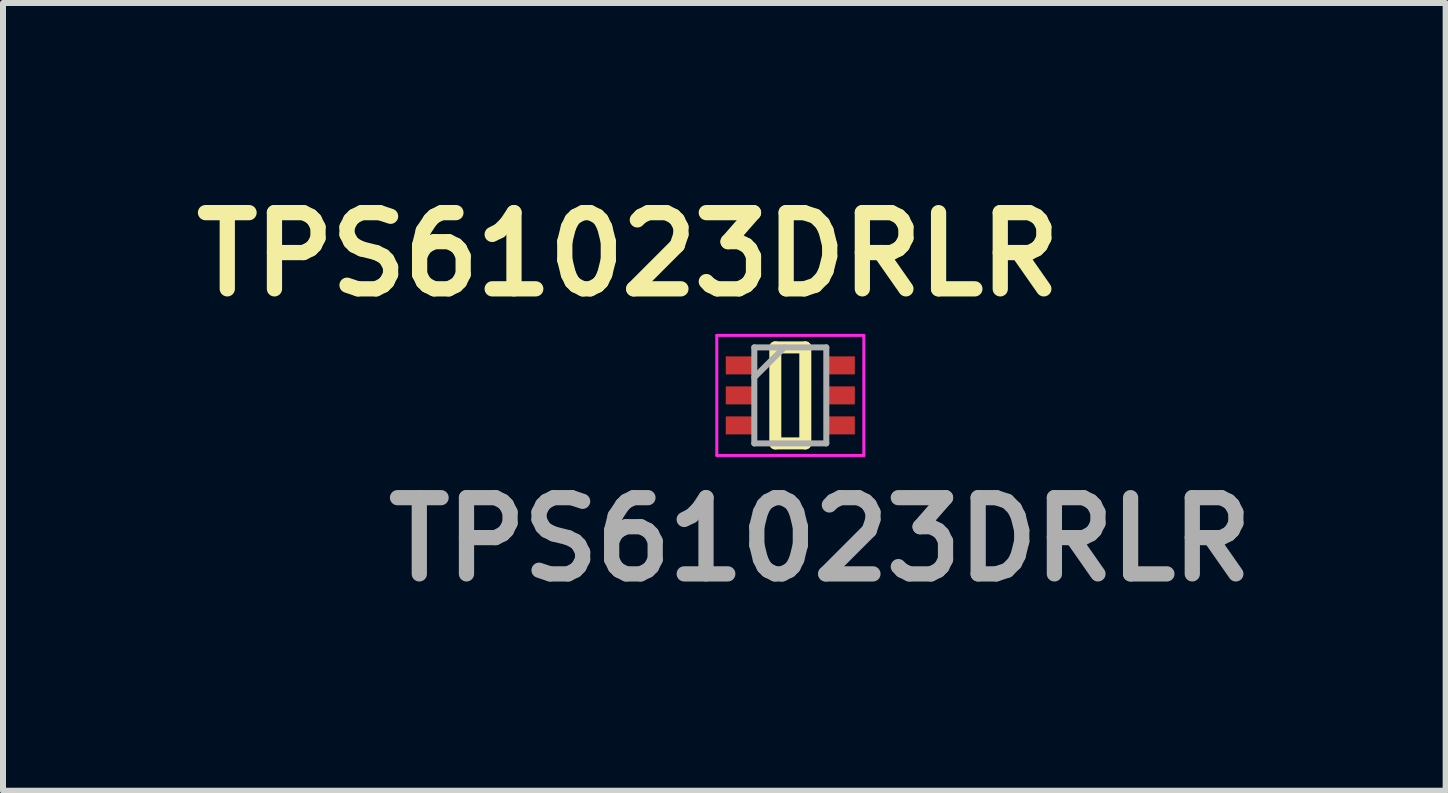
<source format=kicad_pcb>
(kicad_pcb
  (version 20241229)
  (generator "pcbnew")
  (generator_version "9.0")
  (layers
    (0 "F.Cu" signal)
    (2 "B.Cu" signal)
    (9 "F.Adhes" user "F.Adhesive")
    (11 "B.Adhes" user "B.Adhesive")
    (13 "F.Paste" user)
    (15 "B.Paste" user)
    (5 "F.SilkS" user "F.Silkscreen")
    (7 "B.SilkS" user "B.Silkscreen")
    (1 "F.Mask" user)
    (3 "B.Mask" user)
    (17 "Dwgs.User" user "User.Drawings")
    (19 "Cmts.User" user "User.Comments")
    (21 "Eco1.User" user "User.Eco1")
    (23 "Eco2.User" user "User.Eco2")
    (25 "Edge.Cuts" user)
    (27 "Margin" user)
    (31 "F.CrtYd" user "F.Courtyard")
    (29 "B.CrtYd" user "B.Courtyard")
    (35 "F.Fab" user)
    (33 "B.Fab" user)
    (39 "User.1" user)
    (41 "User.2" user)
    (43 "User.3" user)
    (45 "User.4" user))
  (footprint "TPS61023DRLR"
    (layer "F.Cu")
    (at 10.12 3.539)
    (property "Reference" "TPS61023DRLR" (at -2.7 -2.35 0) (layer "F.SilkS") (effects (font (size 1.27 1.27) (thickness 0.254))))
    (attr smd)
    (fp_line (start -0.25 -0.8) (end 0.25 -0.8) (stroke (width 0.2) (type solid)) (layer "F.SilkS"))
    (fp_line (start -0.25 0.8) (end -0.25 -0.8) (stroke (width 0.2) (type solid)) (layer "F.SilkS"))
    (fp_line (start 0.25 -0.8) (end 0.25 0.8) (stroke (width 0.2) (type solid)) (layer "F.SilkS"))
    (fp_line (start 0.25 0.8) (end -0.25 0.8) (stroke (width 0.2) (type solid)) (layer "F.SilkS"))
    (fp_line (start -1.225 -1) (end 1.225 -1) (stroke (width 0.05) (type solid)) (layer "F.CrtYd"))
    (fp_line (start -1.225 1) (end -1.225 -1) (stroke (width 0.05) (type solid)) (layer "F.CrtYd"))
    (fp_line (start 1.225 -1) (end 1.225 1) (stroke (width 0.05) (type solid)) (layer "F.CrtYd"))
    (fp_line (start 1.225 1) (end -1.225 1) (stroke (width 0.05) (type solid)) (layer "F.CrtYd"))
    (fp_line (start -0.6 -0.8) (end 0.6 -0.8) (stroke (width 0.1) (type solid)) (layer "F.Fab"))
    (fp_line (start -0.6 -0.3) (end -0.1 -0.8) (stroke (width 0.1) (type solid)) (layer "F.Fab"))
    (fp_line (start -0.6 0.8) (end -0.6 -0.8) (stroke (width 0.1) (type solid)) (layer "F.Fab"))
    (fp_line (start 0.6 -0.8) (end 0.6 0.8) (stroke (width 0.1) (type solid)) (layer "F.Fab"))
    (fp_line (start 0.6 0.8) (end -0.6 0.8) (stroke (width 0.1) (type solid)) (layer "F.Fab"))
    (fp_text user "${REFERENCE}" (at 0.5 2.4 0) (layer "F.Fab") (effects (font (size 1.27 1.27) (thickness 0.254))))
    (pad "1" smd rect (at -0.838 -0.5 90) (size 0.3 0.475) (layers "F.Cu" "F.Mask" "F.Paste"))
    (pad "2" smd rect (at -0.838 0 90) (size 0.3 0.475) (layers "F.Cu" "F.Mask" "F.Paste"))
    (pad "3" smd rect (at -0.838 0.5 90) (size 0.3 0.475) (layers "F.Cu" "F.Mask" "F.Paste"))
    (pad "4" smd rect (at 0.838 0.5 90) (size 0.3 0.475) (layers "F.Cu" "F.Mask" "F.Paste"))
    (pad "5" smd rect (at 0.838 0 90) (size 0.3 0.475) (layers "F.Cu" "F.Mask" "F.Paste"))
    (pad "6" smd rect (at 0.838 -0.5 90) (size 0.3 0.475) (layers "F.Cu" "F.Mask" "F.Paste")))
  (gr_rect
    (start -3 -3)
    (end 21.041 10.127)
    (stroke (width 0.1) (type default))
    (fill no)
    (layer "Edge.Cuts")))
</source>
